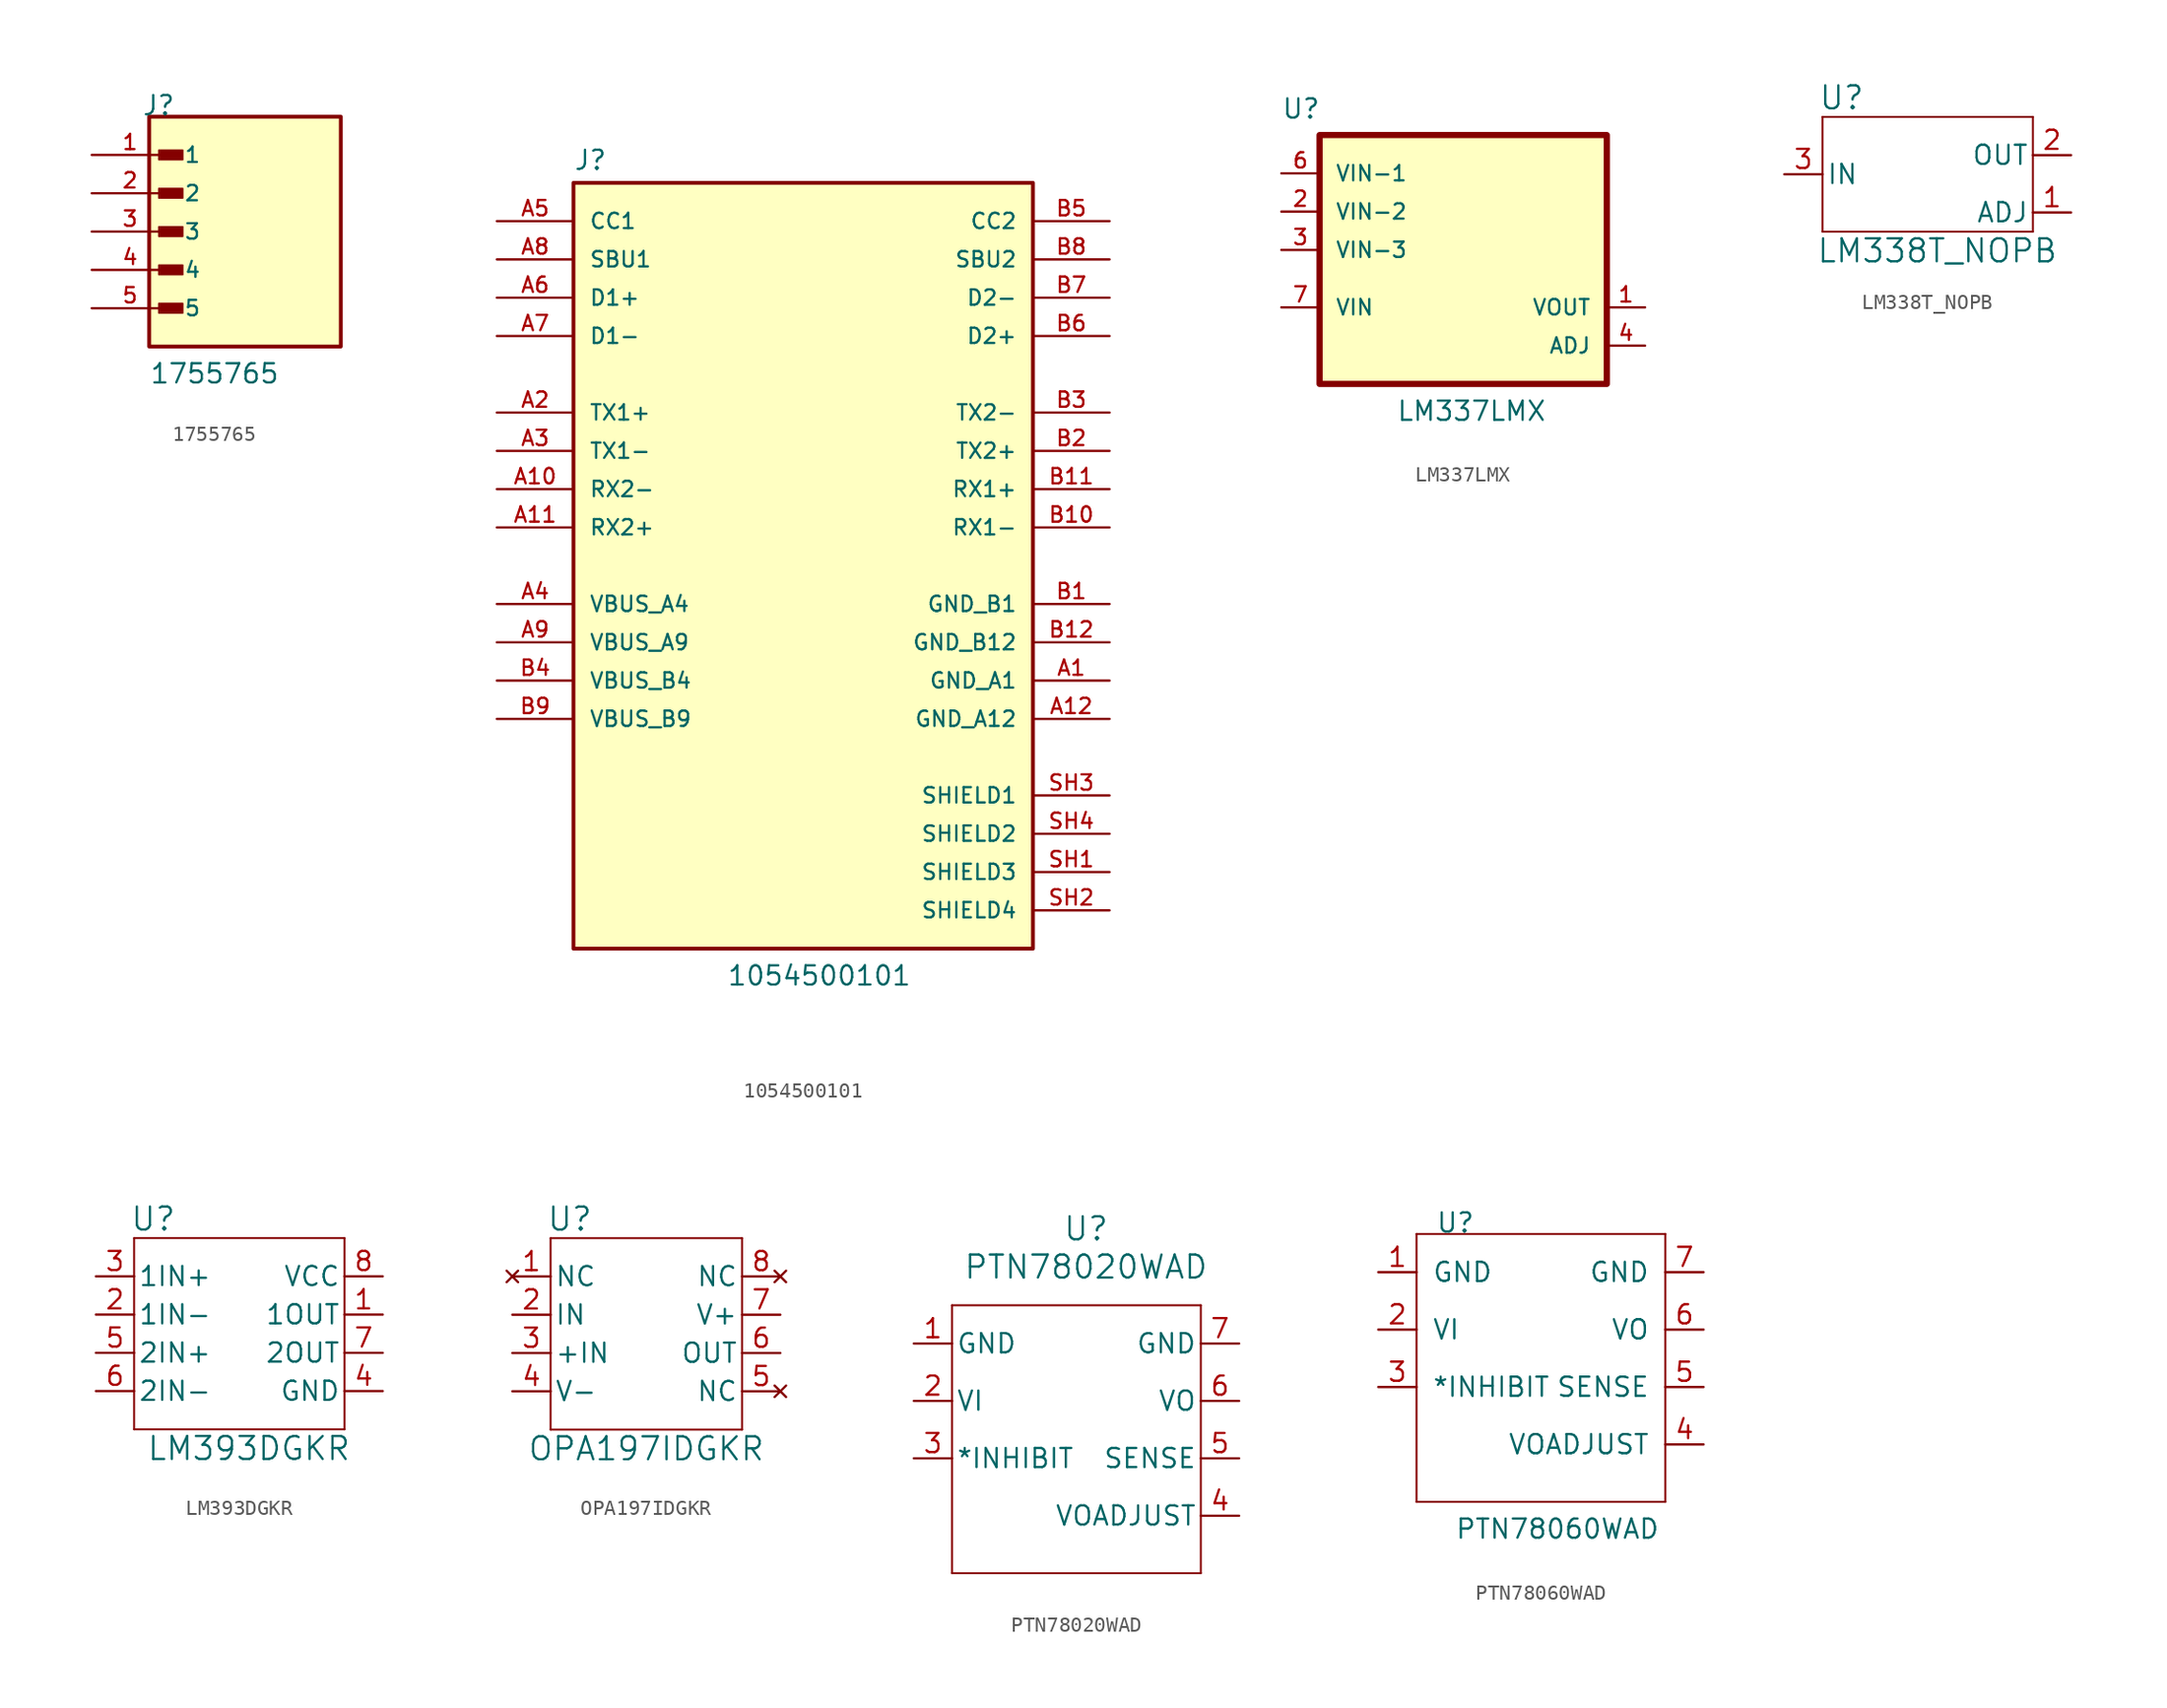
<source format=kicad_sym>
(kicad_symbol_lib
  (version 20211014)
  (generator kicad_symbol_editor)
  (symbol "1755765"
    (pin_names
      (offset 1.016))
    (property "Reference" "J"
      (at -6.85 7.62 0)
      (effects (font (size 1.27 1.27)) (justify left bottom)))
    (property "Value" "1755765"
      (at -6.35 -10.16 0)
      (effects (font (size 1.27 1.27)) (justify left bottom)))
    (symbol "1755765_0_0"
      (rectangle (start -6.35 -7.62) (end 6.35 7.62) (stroke (width 0.254) (type default) (color 0 0 0 0)) (fill (type background)))
      (rectangle (start -5.715 -5.397) (end -4.128 -4.763) (stroke (width 0.1) (type default) (color 0 0 0 0)) (fill (type outline)))
      (rectangle (start -5.715 -2.857) (end -4.128 -2.223) (stroke (width 0.1) (type default) (color 0 0 0 0)) (fill (type outline)))
      (rectangle (start -5.715 -0.318) (end -4.128 0.318) (stroke (width 0.1) (type default) (color 0 0 0 0)) (fill (type outline)))
      (rectangle (start -5.715 2.223) (end -4.128 2.857) (stroke (width 0.1) (type default) (color 0 0 0 0)) (fill (type outline)))
      (rectangle (start -5.715 4.763) (end -4.128 5.397) (stroke (width 0.1) (type default) (color 0 0 0 0)) (fill (type outline)))
      (pin passive line (at -10.16 5.08 0) (length 5.08) (name "1" (effects (font (size 1.016 1.016)))) (number "1" (effects (font (size 1.016 1.016)))))
      (pin passive line (at -10.16 2.54 0) (length 5.08) (name "2" (effects (font (size 1.016 1.016)))) (number "2" (effects (font (size 1.016 1.016)))))
      (pin passive line (at -10.16 0 0) (length 5.08) (name "3" (effects (font (size 1.016 1.016)))) (number "3" (effects (font (size 1.016 1.016)))))
      (pin passive line (at -10.16 -2.54 0) (length 5.08) (name "4" (effects (font (size 1.016 1.016)))) (number "4" (effects (font (size 1.016 1.016)))))
      (pin passive line (at -10.16 -5.08 0) (length 5.08) (name "5" (effects (font (size 1.016 1.016)))) (number "5" (effects (font (size 1.016 1.016)))))))
  (symbol "1054500101"
    (pin_names
      (offset 1.016))
    (property "Reference" "J"
      (at -15.24 26.162 0)
      (effects (font (size 1.27 1.27)) (justify left bottom)))
    (property "Value" "1054500101"
      (at -5.08 -27.94 0)
      (effects (font (size 1.27 1.27)) (justify left bottom)))
    (symbol "1054500101_0_0"
      (rectangle (start -15.24 -25.4) (end 15.24 25.4) (stroke (width 0.254) (type default) (color 0 0 0 0)) (fill (type background)))
      (pin power_in line (at 20.32 -7.62 180) (length 5.08) (name "GND_A1" (effects (font (size 1.016 1.016)))) (number "A1" (effects (font (size 1.016 1.016)))))
      (pin bidirectional line (at -20.32 5.08 0) (length 5.08) (name "RX2-" (effects (font (size 1.016 1.016)))) (number "A10" (effects (font (size 1.016 1.016)))))
      (pin bidirectional line (at -20.32 2.54 0) (length 5.08) (name "RX2+" (effects (font (size 1.016 1.016)))) (number "A11" (effects (font (size 1.016 1.016)))))
      (pin power_in line (at 20.32 -10.16 180) (length 5.08) (name "GND_A12" (effects (font (size 1.016 1.016)))) (number "A12" (effects (font (size 1.016 1.016)))))
      (pin bidirectional line (at -20.32 10.16 0) (length 5.08) (name "TX1+" (effects (font (size 1.016 1.016)))) (number "A2" (effects (font (size 1.016 1.016)))))
      (pin bidirectional line (at -20.32 7.62 0) (length 5.08) (name "TX1-" (effects (font (size 1.016 1.016)))) (number "A3" (effects (font (size 1.016 1.016)))))
      (pin power_in line (at -20.32 -2.54 0) (length 5.08) (name "VBUS_A4" (effects (font (size 1.016 1.016)))) (number "A4" (effects (font (size 1.016 1.016)))))
      (pin bidirectional line (at -20.32 22.86 0) (length 5.08) (name "CC1" (effects (font (size 1.016 1.016)))) (number "A5" (effects (font (size 1.016 1.016)))))
      (pin bidirectional line (at -20.32 17.78 0) (length 5.08) (name "D1+" (effects (font (size 1.016 1.016)))) (number "A6" (effects (font (size 1.016 1.016)))))
      (pin bidirectional line (at -20.32 15.24 0) (length 5.08) (name "D1-" (effects (font (size 1.016 1.016)))) (number "A7" (effects (font (size 1.016 1.016)))))
      (pin bidirectional line (at -20.32 20.32 0) (length 5.08) (name "SBU1" (effects (font (size 1.016 1.016)))) (number "A8" (effects (font (size 1.016 1.016)))))
      (pin power_in line (at -20.32 -5.08 0) (length 5.08) (name "VBUS_A9" (effects (font (size 1.016 1.016)))) (number "A9" (effects (font (size 1.016 1.016)))))
      (pin power_in line (at 20.32 -2.54 180) (length 5.08) (name "GND_B1" (effects (font (size 1.016 1.016)))) (number "B1" (effects (font (size 1.016 1.016)))))
      (pin bidirectional line (at 20.32 2.54 180) (length 5.08) (name "RX1-" (effects (font (size 1.016 1.016)))) (number "B10" (effects (font (size 1.016 1.016)))))
      (pin bidirectional line (at 20.32 5.08 180) (length 5.08) (name "RX1+" (effects (font (size 1.016 1.016)))) (number "B11" (effects (font (size 1.016 1.016)))))
      (pin power_in line (at 20.32 -5.08 180) (length 5.08) (name "GND_B12" (effects (font (size 1.016 1.016)))) (number "B12" (effects (font (size 1.016 1.016)))))
      (pin bidirectional line (at 20.32 7.62 180) (length 5.08) (name "TX2+" (effects (font (size 1.016 1.016)))) (number "B2" (effects (font (size 1.016 1.016)))))
      (pin bidirectional line (at 20.32 10.16 180) (length 5.08) (name "TX2-" (effects (font (size 1.016 1.016)))) (number "B3" (effects (font (size 1.016 1.016)))))
      (pin power_in line (at -20.32 -7.62 0) (length 5.08) (name "VBUS_B4" (effects (font (size 1.016 1.016)))) (number "B4" (effects (font (size 1.016 1.016)))))
      (pin bidirectional line (at 20.32 22.86 180) (length 5.08) (name "CC2" (effects (font (size 1.016 1.016)))) (number "B5" (effects (font (size 1.016 1.016)))))
      (pin bidirectional line (at 20.32 15.24 180) (length 5.08) (name "D2+" (effects (font (size 1.016 1.016)))) (number "B6" (effects (font (size 1.016 1.016)))))
      (pin bidirectional line (at 20.32 17.78 180) (length 5.08) (name "D2-" (effects (font (size 1.016 1.016)))) (number "B7" (effects (font (size 1.016 1.016)))))
      (pin bidirectional line (at 20.32 20.32 180) (length 5.08) (name "SBU2" (effects (font (size 1.016 1.016)))) (number "B8" (effects (font (size 1.016 1.016)))))
      (pin power_in line (at -20.32 -10.16 0) (length 5.08) (name "VBUS_B9" (effects (font (size 1.016 1.016)))) (number "B9" (effects (font (size 1.016 1.016)))))
      (pin passive line (at 20.32 -20.32 180) (length 5.08) (name "SHIELD3" (effects (font (size 1.016 1.016)))) (number "SH1" (effects (font (size 1.016 1.016)))))
      (pin passive line (at 20.32 -22.86 180) (length 5.08) (name "SHIELD4" (effects (font (size 1.016 1.016)))) (number "SH2" (effects (font (size 1.016 1.016)))))
      (pin passive line (at 20.32 -15.24 180) (length 5.08) (name "SHIELD1" (effects (font (size 1.016 1.016)))) (number "SH3" (effects (font (size 1.016 1.016)))))
      (pin passive line (at 20.32 -17.78 180) (length 5.08) (name "SHIELD2" (effects (font (size 1.016 1.016)))) (number "SH4" (effects (font (size 1.016 1.016)))))))
  (symbol "LM337LMX"
    (pin_names
      (offset 1.016))
    (property "Reference" "U"
      (at -12.7 13.7 0)
      (effects (font (size 1.27 1.27)) (justify left bottom)))
    (property "Value" "LM337LMX"
      (at -5.08 -6.35 0)
      (effects (font (size 1.27 1.27)) (justify left bottom)))
    (symbol "LM337LMX_0_0"
      (rectangle (start -10.16 12.7) (end 8.89 -3.81) (stroke (width 0.41) (type default) (color 0 0 0 0)) (fill (type background)))
      (pin output line (at 11.43 1.27 180) (length 2.54) (name "VOUT" (effects (font (size 1.016 1.016)))) (number "1" (effects (font (size 1.016 1.016)))))
      (pin power_in line (at -12.7 7.62 0) (length 2.54) (name "VIN-2" (effects (font (size 1.016 1.016)))) (number "2" (effects (font (size 1.016 1.016)))))
      (pin power_in line (at -12.7 5.08 0) (length 2.54) (name "VIN-3" (effects (font (size 1.016 1.016)))) (number "3" (effects (font (size 1.016 1.016)))))
      (pin bidirectional line (at 11.43 -1.27 180) (length 2.54) (name "ADJ" (effects (font (size 1.016 1.016)))) (number "4" (effects (font (size 1.016 1.016)))))
      (pin power_in line (at -12.7 10.16 0) (length 2.54) (name "VIN-1" (effects (font (size 1.016 1.016)))) (number "6" (effects (font (size 1.016 1.016)))))
      (pin power_in line (at -12.7 1.27 0) (length 2.54) (name "VIN" (effects (font (size 1.016 1.016)))) (number "7" (effects (font (size 1.016 1.016)))))))
  (symbol "LM338T_NOPB"
    (pin_names
      (offset 0.254))
    (property "Reference" "U"
      (at 22.86 3.81 0)
      (effects (font (size 1.524 1.524))))
    (property "Value" "LM338T_NOPB"
      (at 29.21 -6.35 0)
      (effects (font (size 1.524 1.524))))
    (symbol "LM338T_NOPB_0_1"
      (polyline (pts (xy 21.59 -5.08) (xy 35.56 -5.08)) (stroke (width 0.127) (type default) (color 0 0 0 0)) (fill (type none)))
      (polyline (pts (xy 21.59 2.54) (xy 21.59 -5.08)) (stroke (width 0.127) (type default) (color 0 0 0 0)) (fill (type none)))
      (polyline (pts (xy 35.56 -5.08) (xy 35.56 2.54)) (stroke (width 0.127) (type default) (color 0 0 0 0)) (fill (type none)))
      (polyline (pts (xy 35.56 2.54) (xy 21.59 2.54)) (stroke (width 0.127) (type default) (color 0 0 0 0)) (fill (type none)))
      (pin input line (at 38.1 -3.81 180) (length 2.54) (name "ADJ" (effects (font (size 1.27 1.27)))) (number "1" (effects (font (size 1.27 1.27)))))
      (pin power_in line (at 38.1 0 180) (length 2.54) (name "OUT" (effects (font (size 1.27 1.27)))) (number "2" (effects (font (size 1.27 1.27)))))
      (pin power_in line (at 19.05 -1.27 0) (length 2.54) (name "IN" (effects (font (size 1.27 1.27)))) (number "3" (effects (font (size 1.27 1.27)))))))
  (symbol "LM393DGKR"
    (pin_names
      (offset 0.254))
    (property "Reference" "U"
      (at 22.86 3.81 0)
      (effects (font (size 1.524 1.524))))
    (property "Value" "LM393DGKR"
      (at 29.21 -11.43 0)
      (effects (font (size 1.524 1.524))))
    (property "ki_locked" ""
      (at 0 0 0)
      (effects (font (size 1.27 1.27))))
    (symbol "LM393DGKR_0_1"
      (polyline (pts (xy 21.59 -10.16) (xy 35.56 -10.16)) (stroke (width 0.127) (type default) (color 0 0 0 0)) (fill (type none)))
      (polyline (pts (xy 21.59 2.54) (xy 21.59 -10.16)) (stroke (width 0.127) (type default) (color 0 0 0 0)) (fill (type none)))
      (polyline (pts (xy 35.56 -10.16) (xy 35.56 2.54)) (stroke (width 0.127) (type default) (color 0 0 0 0)) (fill (type none)))
      (polyline (pts (xy 35.56 2.54) (xy 21.59 2.54)) (stroke (width 0.127) (type default) (color 0 0 0 0)) (fill (type none)))
      (pin output line (at 38.1 -2.54 180) (length 2.54) (name "1OUT" (effects (font (size 1.27 1.27)))) (number "1" (effects (font (size 1.27 1.27)))))
      (pin input line (at 19.05 -2.54 0) (length 2.54) (name "1IN-" (effects (font (size 1.27 1.27)))) (number "2" (effects (font (size 1.27 1.27)))))
      (pin input line (at 19.05 0 0) (length 2.54) (name "1IN+" (effects (font (size 1.27 1.27)))) (number "3" (effects (font (size 1.27 1.27)))))
      (pin power_in line (at 38.1 -7.62 180) (length 2.54) (name "GND" (effects (font (size 1.27 1.27)))) (number "4" (effects (font (size 1.27 1.27)))))
      (pin input line (at 19.05 -5.08 0) (length 2.54) (name "2IN+" (effects (font (size 1.27 1.27)))) (number "5" (effects (font (size 1.27 1.27)))))
      (pin input line (at 19.05 -7.62 0) (length 2.54) (name "2IN-" (effects (font (size 1.27 1.27)))) (number "6" (effects (font (size 1.27 1.27)))))
      (pin output line (at 38.1 -5.08 180) (length 2.54) (name "2OUT" (effects (font (size 1.27 1.27)))) (number "7" (effects (font (size 1.27 1.27)))))
      (pin power_in line (at 38.1 0 180) (length 2.54) (name "VCC" (effects (font (size 1.27 1.27)))) (number "8" (effects (font (size 1.27 1.27)))))))
  (symbol "OPA197IDGKR"
    (pin_names
      (offset 0.254))
    (property "Reference" "U"
      (at 15.24 3.81 0)
      (effects (font (size 1.524 1.524))))
    (property "Value" "OPA197IDGKR"
      (at 20.32 -11.43 0)
      (effects (font (size 1.524 1.524))))
    (property "ki_locked" ""
      (at 0 0 0)
      (effects (font (size 1.27 1.27))))
    (symbol "OPA197IDGKR_0_1"
      (polyline (pts (xy 13.97 -10.16) (xy 26.67 -10.16)) (stroke (width 0.127) (type default) (color 0 0 0 0)) (fill (type none)))
      (polyline (pts (xy 13.97 2.54) (xy 13.97 -10.16)) (stroke (width 0.127) (type default) (color 0 0 0 0)) (fill (type none)))
      (polyline (pts (xy 26.67 -10.16) (xy 26.67 2.54)) (stroke (width 0.127) (type default) (color 0 0 0 0)) (fill (type none)))
      (polyline (pts (xy 26.67 2.54) (xy 13.97 2.54)) (stroke (width 0.127) (type default) (color 0 0 0 0)) (fill (type none)))
      (pin no_connect line (at 11.43 0 0) (length 2.54) (name "NC" (effects (font (size 1.27 1.27)))) (number "1" (effects (font (size 1.27 1.27)))))
      (pin unspecified line (at 11.43 -2.54 0) (length 2.54) (name "IN" (effects (font (size 1.27 1.27)))) (number "2" (effects (font (size 1.27 1.27)))))
      (pin input line (at 11.43 -5.08 0) (length 2.54) (name "+IN" (effects (font (size 1.27 1.27)))) (number "3" (effects (font (size 1.27 1.27)))))
      (pin power_in line (at 11.43 -7.62 0) (length 2.54) (name "V-" (effects (font (size 1.27 1.27)))) (number "4" (effects (font (size 1.27 1.27)))))
      (pin no_connect line (at 29.21 -7.62 180) (length 2.54) (name "NC" (effects (font (size 1.27 1.27)))) (number "5" (effects (font (size 1.27 1.27)))))
      (pin output line (at 29.21 -5.08 180) (length 2.54) (name "OUT" (effects (font (size 1.27 1.27)))) (number "6" (effects (font (size 1.27 1.27)))))
      (pin power_in line (at 29.21 -2.54 180) (length 2.54) (name "V+" (effects (font (size 1.27 1.27)))) (number "7" (effects (font (size 1.27 1.27)))))
      (pin no_connect line (at 29.21 0 180) (length 2.54) (name "NC" (effects (font (size 1.27 1.27)))) (number "8" (effects (font (size 1.27 1.27)))))))
  (symbol "PTN78020WAD"
    (pin_names
      (offset 0.254))
    (property "Reference" "U"
      (at 33.02 10.16 0)
      (effects (font (size 1.524 1.524))))
    (property "Value" "PTN78020WAD"
      (at 33.02 7.62 0)
      (effects (font (size 1.524 1.524))))
    (symbol "PTN78020WAD_0_1"
      (polyline (pts (xy 24.13 -12.7) (xy 40.64 -12.7)) (stroke (width 0.127) (type default) (color 0 0 0 0)) (fill (type none)))
      (polyline (pts (xy 24.13 5.08) (xy 24.13 -12.7)) (stroke (width 0.127) (type default) (color 0 0 0 0)) (fill (type none)))
      (polyline (pts (xy 40.64 -12.7) (xy 40.64 5.08)) (stroke (width 0.127) (type default) (color 0 0 0 0)) (fill (type none)))
      (polyline (pts (xy 40.64 5.08) (xy 24.13 5.08)) (stroke (width 0.127) (type default) (color 0 0 0 0)) (fill (type none)))
      (pin power_in line (at 21.59 2.54 0) (length 2.54) (name "GND" (effects (font (size 1.27 1.27)))) (number "1" (effects (font (size 1.27 1.27)))))
      (pin input line (at 21.59 -1.27 0) (length 2.54) (name "VI" (effects (font (size 1.27 1.27)))) (number "2" (effects (font (size 1.27 1.27)))))
      (pin input line (at 21.59 -5.08 0) (length 2.54) (name "*INHIBIT" (effects (font (size 1.27 1.27)))) (number "3" (effects (font (size 1.27 1.27)))))
      (pin input line (at 43.18 -8.89 180) (length 2.54) (name "VOADJUST" (effects (font (size 1.27 1.27)))) (number "4" (effects (font (size 1.27 1.27)))))
      (pin input line (at 43.18 -5.08 180) (length 2.54) (name "SENSE" (effects (font (size 1.27 1.27)))) (number "5" (effects (font (size 1.27 1.27)))))
      (pin output line (at 43.18 -1.27 180) (length 2.54) (name "VO" (effects (font (size 1.27 1.27)))) (number "6" (effects (font (size 1.27 1.27)))))
      (pin power_in line (at 43.18 2.54 180) (length 2.54) (name "GND" (effects (font (size 1.27 1.27)))) (number "7" (effects (font (size 1.27 1.27)))))))
  (symbol "PTN78060WAD"
    (pin_names
      (offset 1.016))
    (property "Reference" "U"
      (at -7.62 8.89 0)
      (effects (font (size 1.27 1.27)) (justify left bottom)))
    (property "Value" "PTN78060WAD"
      (at -6.35 -11.43 0)
      (effects (font (size 1.27 1.27)) (justify left bottom)))
    (symbol "PTN78060WAD_0_1"
      (polyline (pts (xy -8.89 -8.89) (xy 7.62 -8.89)) (stroke (width 0.127) (type default) (color 0 0 0 0)) (fill (type none)))
      (polyline (pts (xy -8.89 8.89) (xy -8.89 -8.89)) (stroke (width 0.127) (type default) (color 0 0 0 0)) (fill (type none)))
      (polyline (pts (xy 7.62 -8.89) (xy 7.62 8.89)) (stroke (width 0.127) (type default) (color 0 0 0 0)) (fill (type none)))
      (polyline (pts (xy 7.62 8.89) (xy -8.89 8.89)) (stroke (width 0.127) (type default) (color 0 0 0 0)) (fill (type none)))
      (pin power_in line (at -11.43 6.35 0) (length 2.54) (name "GND" (effects (font (size 1.27 1.27)))) (number "1" (effects (font (size 1.27 1.27)))))
      (pin input line (at -11.43 2.54 0) (length 2.54) (name "VI" (effects (font (size 1.27 1.27)))) (number "2" (effects (font (size 1.27 1.27)))))
      (pin input line (at -11.43 -1.27 0) (length 2.54) (name "*INHIBIT" (effects (font (size 1.27 1.27)))) (number "3" (effects (font (size 1.27 1.27)))))
      (pin input line (at 10.16 -5.08 180) (length 2.54) (name "VOADJUST" (effects (font (size 1.27 1.27)))) (number "4" (effects (font (size 1.27 1.27)))))
      (pin input line (at 10.16 -1.27 180) (length 2.54) (name "SENSE" (effects (font (size 1.27 1.27)))) (number "5" (effects (font (size 1.27 1.27)))))
      (pin output line (at 10.16 2.54 180) (length 2.54) (name "VO" (effects (font (size 1.27 1.27)))) (number "6" (effects (font (size 1.27 1.27)))))
      (pin power_in line (at 10.16 6.35 180) (length 2.54) (name "GND" (effects (font (size 1.27 1.27)))) (number "7" (effects (font (size 1.27 1.27))))))))
</source>
